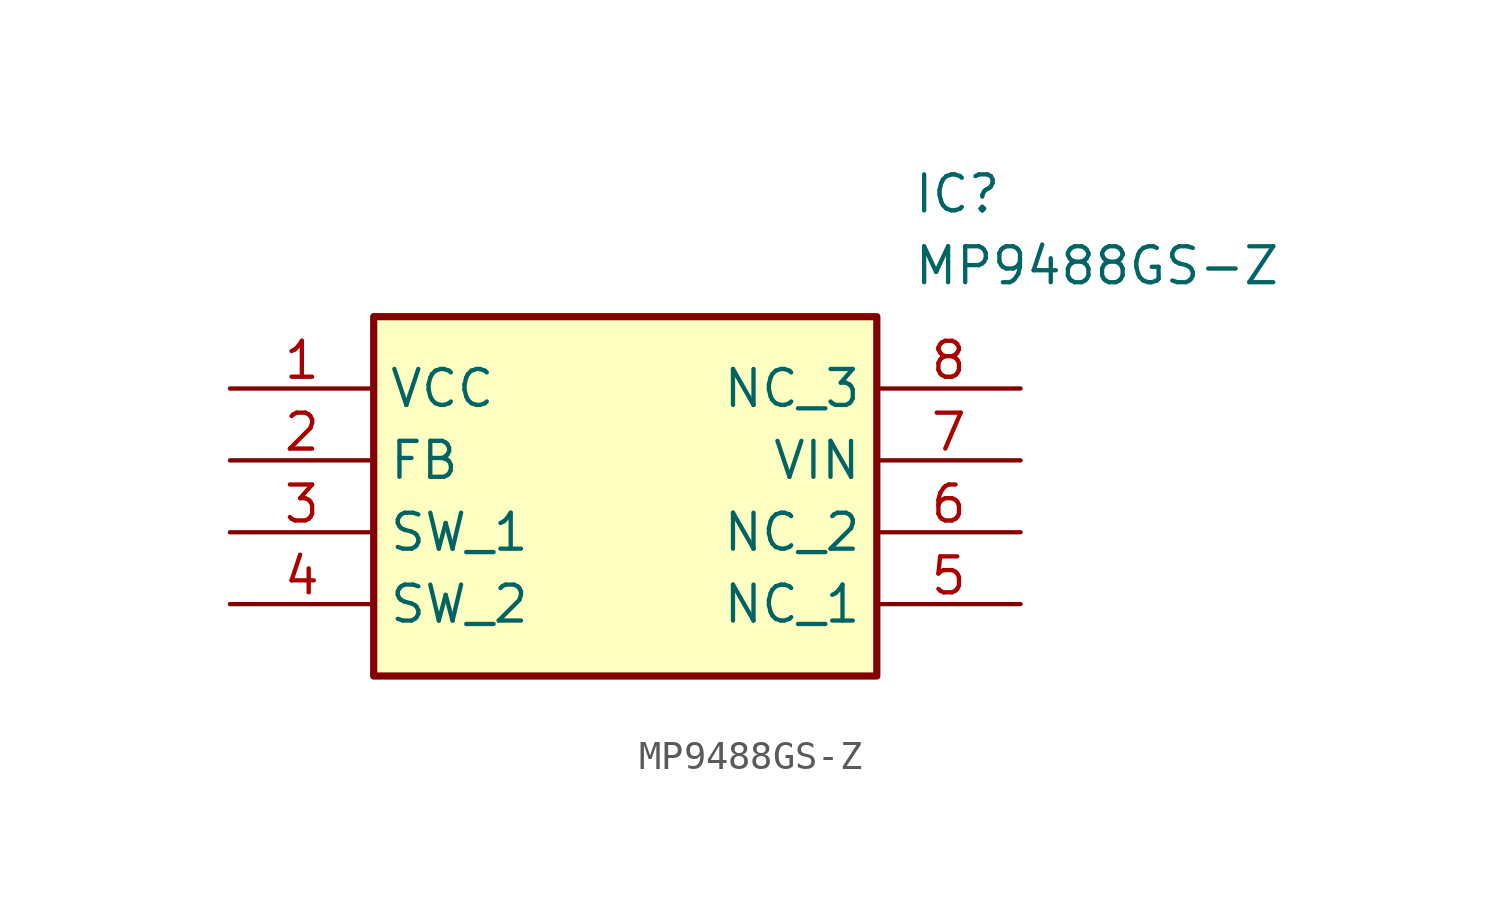
<source format=kicad_sym>
(kicad_symbol_lib
  (version 20211014)
  (generator SamacSys_ECAD_Model)
  (symbol "MP9488GS-Z"
    (property "Reference" "IC"
      (at 24.13 7.62 0)
      (effects (font (size 1.27 1.27)) (justify left top)))
    (property "Value" "MP9488GS-Z"
      (at 24.13 5.08 0)
      (effects (font (size 1.27 1.27)) (justify left top)))
    (rectangle
      (start 5.08 2.54)
      (end 22.86 -10.16)
      (stroke (width 0.254) (type default))
      (fill (type background)))
    (pin power_in line
      (at 0 0 0)
      (length 5.08)
      (name "VCC" (effects (font (size 1.27 1.27))))
      (number "1" (effects (font (size 1.27 1.27)))))
    (pin input line
      (at 0 -2.54 0)
      (length 5.08)
      (name "FB" (effects (font (size 1.27 1.27))))
      (number "2" (effects (font (size 1.27 1.27)))))
    (pin power_in line
      (at 0 -5.08 0)
      (length 5.08)
      (name "SW_1" (effects (font (size 1.27 1.27))))
      (number "3" (effects (font (size 1.27 1.27)))))
    (pin power_in line
      (at 0 -7.62 0)
      (length 5.08)
      (name "SW_2" (effects (font (size 1.27 1.27))))
      (number "4" (effects (font (size 1.27 1.27)))))
    (pin passive line
      (at 27.94 0 180)
      (length 5.08)
      (name "NC_3" (effects (font (size 1.27 1.27))))
      (number "8" (effects (font (size 1.27 1.27)))))
    (pin power_in line
      (at 27.94 -2.54 180)
      (length 5.08)
      (name "VIN" (effects (font (size 1.27 1.27))))
      (number "7" (effects (font (size 1.27 1.27)))))
    (pin passive line
      (at 27.94 -5.08 180)
      (length 5.08)
      (name "NC_2" (effects (font (size 1.27 1.27))))
      (number "6" (effects (font (size 1.27 1.27)))))
    (pin passive line
      (at 27.94 -7.62 180)
      (length 5.08)
      (name "NC_1" (effects (font (size 1.27 1.27))))
      (number "5" (effects (font (size 1.27 1.27)))))))
</source>
